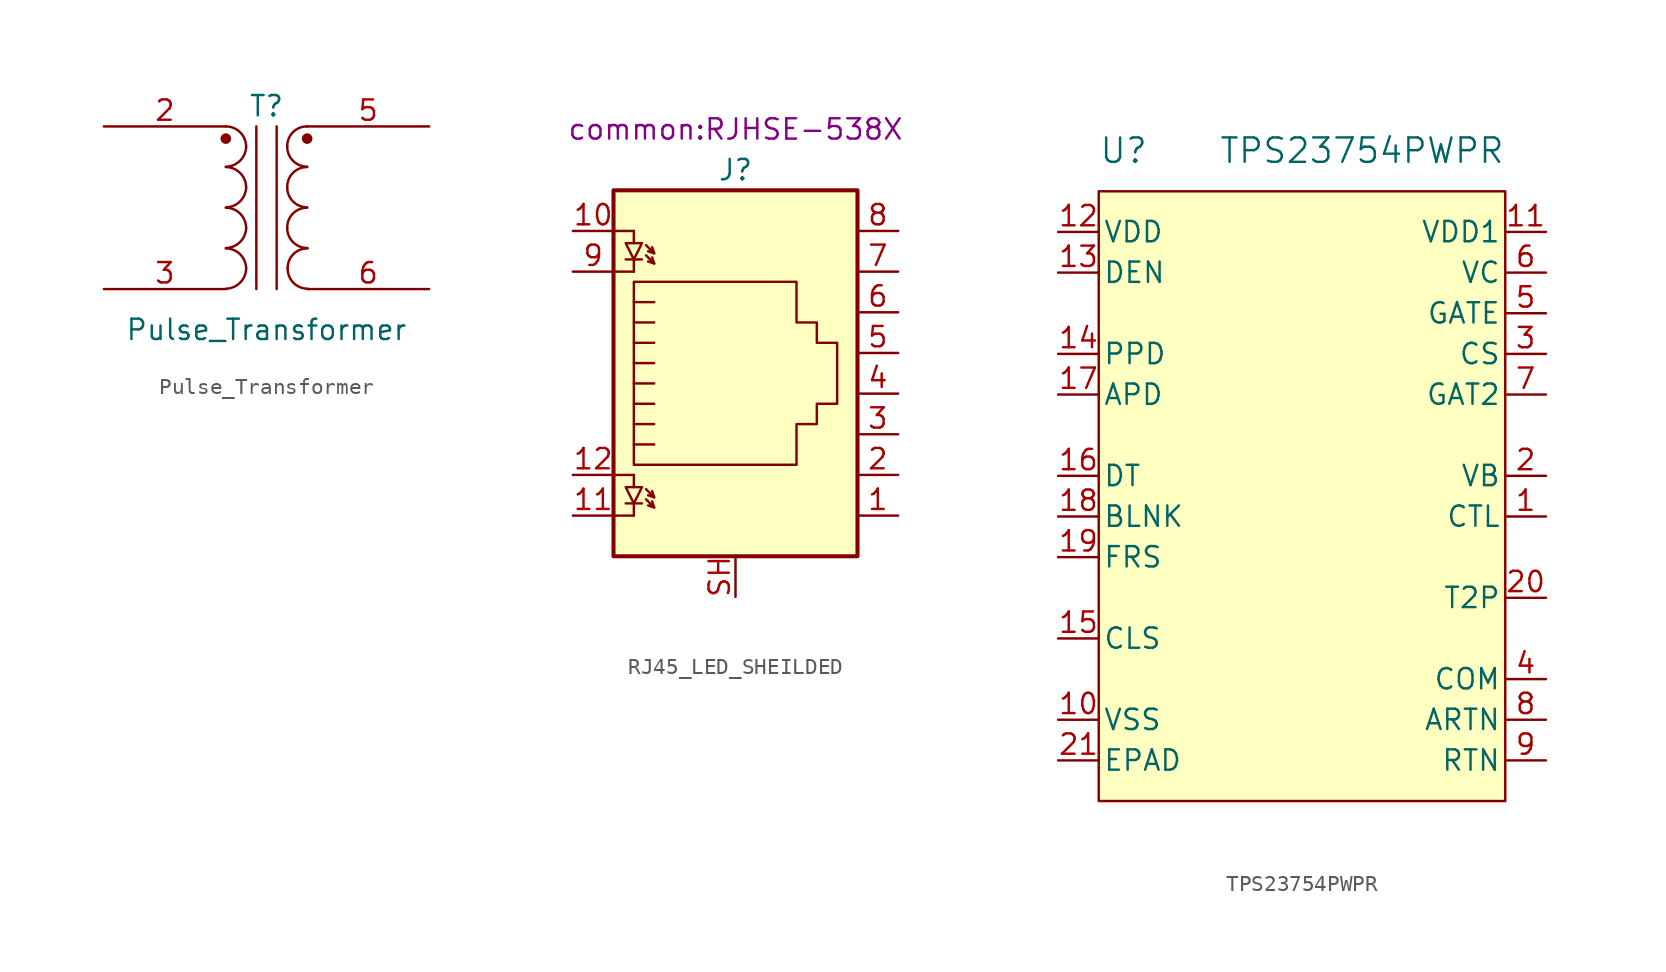
<source format=kicad_sym>
(kicad_symbol_lib
  (version 20211014)
  (generator kicad_symbol_editor)
  (symbol "Pulse_Transformer"
    (pin_names
      (offset 1.016) hide)
    (property "Reference" "T"
      (at 0 6.35 0)
      (effects (font (size 1.27 1.27))))
    (property "Value" "Pulse_Transformer"
      (at 0 -7.62 0)
      (effects (font (size 1.27 1.27))))
    (symbol "Pulse_Transformer_0_1"
      (arc (start -2.54 -5.0546) (mid -1.6599 -4.6901) (end -1.27 -3.81) (stroke (width 0) (type default) (color 0 0 0 0)) (fill (type none)))
      (arc (start -2.54 -2.5146) (mid -1.6599 -2.1501) (end -1.27 -1.27) (stroke (width 0) (type default) (color 0 0 0 0)) (fill (type none)))
      (arc (start -2.54 0.0254) (mid -1.6599 0.3899) (end -1.27 1.27) (stroke (width 0) (type default) (color 0 0 0 0)) (fill (type none)))
      (arc (start -2.54 2.5654) (mid -1.6599 2.9299) (end -1.27 3.81) (stroke (width 0) (type default) (color 0 0 0 0)) (fill (type none)))
      (circle (center -2.54 4.318) (radius 0.254) (stroke (width 0) (type default) (color 0 0 0 0)) (fill (type outline)))
      (arc (start -1.27 -3.81) (mid -1.642 -2.912) (end -2.54 -2.54) (stroke (width 0) (type default) (color 0 0 0 0)) (fill (type none)))
      (arc (start -1.27 -1.27) (mid -1.642 -0.372) (end -2.54 0) (stroke (width 0) (type default) (color 0 0 0 0)) (fill (type none)))
      (arc (start -1.27 1.27) (mid -1.642 2.168) (end -2.54 2.54) (stroke (width 0) (type default) (color 0 0 0 0)) (fill (type none)))
      (arc (start -1.27 3.81) (mid -1.642 4.708) (end -2.54 5.08) (stroke (width 0) (type default) (color 0 0 0 0)) (fill (type none)))
      (polyline (pts (xy -0.635 5.08) (xy -0.635 -5.08)) (stroke (width 0) (type default) (color 0 0 0 0)) (fill (type none)))
      (polyline (pts (xy 0.635 -5.08) (xy 0.635 5.08)) (stroke (width 0) (type default) (color 0 0 0 0)) (fill (type none)))
      (arc (start 1.2954 -1.27) (mid 1.6599 -2.1501) (end 2.54 -2.5146) (stroke (width 0) (type default) (color 0 0 0 0)) (fill (type none)))
      (arc (start 1.2954 1.27) (mid 1.6599 0.3899) (end 2.54 0.0254) (stroke (width 0) (type default) (color 0 0 0 0)) (fill (type none)))
      (arc (start 1.2954 3.81) (mid 1.6599 2.9299) (end 2.54 2.5654) (stroke (width 0) (type default) (color 0 0 0 0)) (fill (type none)))
      (arc (start 1.3208 -3.81) (mid 1.6853 -4.6901) (end 2.5654 -5.0546) (stroke (width 0) (type default) (color 0 0 0 0)) (fill (type none)))
      (arc (start 2.54 0) (mid 1.642 -0.372) (end 1.2954 -1.27) (stroke (width 0) (type default) (color 0 0 0 0)) (fill (type none)))
      (arc (start 2.54 2.54) (mid 1.642 2.168) (end 1.2954 1.27) (stroke (width 0) (type default) (color 0 0 0 0)) (fill (type none)))
      (circle (center 2.54 4.318) (radius 0.254) (stroke (width 0) (type default) (color 0 0 0 0)) (fill (type outline)))
      (arc (start 2.54 5.08) (mid 1.642 4.708) (end 1.2954 3.81) (stroke (width 0) (type default) (color 0 0 0 0)) (fill (type none)))
      (arc (start 2.5654 -2.54) (mid 1.6674 -2.912) (end 1.3208 -3.81) (stroke (width 0) (type default) (color 0 0 0 0)) (fill (type none))))
    (symbol "Pulse_Transformer_1_1"
      (pin passive line (at -10.16 5.08 0) (length 7.62) (name "AA" (effects (font (size 1.27 1.27)))) (number "2" (effects (font (size 1.27 1.27)))))
      (pin passive line (at -10.16 -5.08 0) (length 7.62) (name "AB" (effects (font (size 1.27 1.27)))) (number "3" (effects (font (size 1.27 1.27)))))
      (pin passive line (at 10.16 5.08 180) (length 7.62) (name "SB" (effects (font (size 1.27 1.27)))) (number "5" (effects (font (size 1.27 1.27)))))
      (pin passive line (at 10.16 -5.08 180) (length 7.62) (name "SA" (effects (font (size 1.27 1.27)))) (number "6" (effects (font (size 1.27 1.27)))))))
  (symbol "RJ45_LED_SHEILDED"
    (pin_names
      (offset 1.016))
    (property "Reference" "J"
      (at 0 11.43 0)
      (effects (font (size 1.27 1.27))))
    (property "Footprint" "common:RJHSE-538X"
      (at 0 13.97 0)
      (effects (font (size 1.27 1.27))))
    (symbol "RJ45_LED_SHEILDED_1_1"
      (polyline (pts (xy -7.62 -10.16) (xy -6.35 -10.16)) (stroke (width 0) (type default) (color 0 0 0 0)) (fill (type none)))
      (polyline (pts (xy -7.62 -7.62) (xy -6.35 -7.62)) (stroke (width 0) (type default) (color 0 0 0 0)) (fill (type none)))
      (polyline (pts (xy -7.62 5.08) (xy -6.35 5.08)) (stroke (width 0) (type default) (color 0 0 0 0)) (fill (type none)))
      (polyline (pts (xy -7.62 7.62) (xy -6.35 7.62)) (stroke (width 0) (type default) (color 0 0 0 0)) (fill (type none)))
      (polyline (pts (xy -6.858 -9.398) (xy -5.842 -9.398)) (stroke (width 0) (type default) (color 0 0 0 0)) (fill (type none)))
      (polyline (pts (xy -6.858 5.842) (xy -5.842 5.842)) (stroke (width 0) (type default) (color 0 0 0 0)) (fill (type none)))
      (polyline (pts (xy -6.35 -10.16) (xy -6.35 -9.398)) (stroke (width 0) (type default) (color 0 0 0 0)) (fill (type none)))
      (polyline (pts (xy -6.35 -7.62) (xy -6.35 -8.382)) (stroke (width 0) (type default) (color 0 0 0 0)) (fill (type none)))
      (polyline (pts (xy -6.35 5.08) (xy -6.35 5.842)) (stroke (width 0) (type default) (color 0 0 0 0)) (fill (type none)))
      (polyline (pts (xy -6.35 7.62) (xy -6.35 6.858)) (stroke (width 0) (type default) (color 0 0 0 0)) (fill (type none)))
      (polyline (pts (xy -5.08 -9.652) (xy -5.207 -9.271)) (stroke (width 0) (type default) (color 0 0 0 0)) (fill (type none)))
      (polyline (pts (xy -5.08 -9.017) (xy -5.207 -8.636)) (stroke (width 0) (type default) (color 0 0 0 0)) (fill (type none)))
      (polyline (pts (xy -5.08 1.905) (xy -6.35 1.905)) (stroke (width 0) (type default) (color 0 0 0 0)) (fill (type none)))
      (polyline (pts (xy -5.08 3.175) (xy -6.35 3.175)) (stroke (width 0) (type default) (color 0 0 0 0)) (fill (type none)))
      (polyline (pts (xy -5.08 5.588) (xy -5.207 5.969)) (stroke (width 0) (type default) (color 0 0 0 0)) (fill (type none)))
      (polyline (pts (xy -5.08 6.223) (xy -5.207 6.604)) (stroke (width 0) (type default) (color 0 0 0 0)) (fill (type none)))
      (polyline (pts (xy -6.35 -5.715) (xy -5.08 -5.715) (xy -5.08 -5.715)) (stroke (width 0) (type default) (color 0 0 0 0)) (fill (type none)))
      (polyline (pts (xy -6.35 -4.445) (xy -5.08 -4.445) (xy -5.08 -4.445)) (stroke (width 0) (type default) (color 0 0 0 0)) (fill (type none)))
      (polyline (pts (xy -6.35 -3.175) (xy -5.08 -3.175) (xy -5.08 -3.175)) (stroke (width 0) (type default) (color 0 0 0 0)) (fill (type none)))
      (polyline (pts (xy -6.35 -1.905) (xy -5.08 -1.905) (xy -5.08 -1.905)) (stroke (width 0) (type default) (color 0 0 0 0)) (fill (type none)))
      (polyline (pts (xy -6.35 -0.635) (xy -5.08 -0.635) (xy -5.08 -0.635)) (stroke (width 0) (type default) (color 0 0 0 0)) (fill (type none)))
      (polyline (pts (xy -5.588 -9.144) (xy -5.08 -9.652) (xy -5.461 -9.525)) (stroke (width 0) (type default) (color 0 0 0 0)) (fill (type none)))
      (polyline (pts (xy -5.588 -8.509) (xy -5.08 -9.017) (xy -5.461 -8.89)) (stroke (width 0) (type default) (color 0 0 0 0)) (fill (type none)))
      (polyline (pts (xy -5.588 6.096) (xy -5.08 5.588) (xy -5.461 5.715)) (stroke (width 0) (type default) (color 0 0 0 0)) (fill (type none)))
      (polyline (pts (xy -5.588 6.731) (xy -5.08 6.223) (xy -5.461 6.35)) (stroke (width 0) (type default) (color 0 0 0 0)) (fill (type none)))
      (polyline (pts (xy -5.08 0.635) (xy -6.35 0.635) (xy -6.35 0.635)) (stroke (width 0) (type default) (color 0 0 0 0)) (fill (type none)))
      (polyline (pts (xy -6.35 -9.398) (xy -6.858 -8.382) (xy -5.842 -8.382) (xy -6.35 -9.398)) (stroke (width 0) (type default) (color 0 0 0 0)) (fill (type none)))
      (polyline (pts (xy -6.35 5.842) (xy -6.858 6.858) (xy -5.842 6.858) (xy -6.35 5.842)) (stroke (width 0) (type default) (color 0 0 0 0)) (fill (type none)))
      (polyline (pts (xy -6.35 -6.985) (xy -6.35 4.445) (xy 3.81 4.445) (xy 3.81 1.905) (xy 5.08 1.905) (xy 5.08 0.635) (xy 6.35 0.635) (xy 6.35 -3.175) (xy 5.08 -3.175) (xy 5.08 -4.445) (xy 3.81 -4.445) (xy 3.81 -6.985) (xy -6.35 -6.985) (xy -6.35 -6.985)) (stroke (width 0) (type default) (color 0 0 0 0)) (fill (type none)))
      (rectangle (start 7.62 10.16) (end -7.62 -12.7) (stroke (width 0.254) (type default) (color 0 0 0 0)) (fill (type background)))
      (pin passive line (at 10.16 -10.16 180) (length 2.54) (name "~" (effects (font (size 1.27 1.27)))) (number "1" (effects (font (size 1.27 1.27)))))
      (pin passive line (at -10.16 7.62 0) (length 2.54) (name "~" (effects (font (size 1.27 1.27)))) (number "10" (effects (font (size 1.27 1.27)))))
      (pin passive line (at -10.16 -10.16 0) (length 2.54) (name "~" (effects (font (size 1.27 1.27)))) (number "11" (effects (font (size 1.27 1.27)))))
      (pin passive line (at -10.16 -7.62 0) (length 2.54) (name "~" (effects (font (size 1.27 1.27)))) (number "12" (effects (font (size 1.27 1.27)))))
      (pin passive line (at 10.16 -7.62 180) (length 2.54) (name "~" (effects (font (size 1.27 1.27)))) (number "2" (effects (font (size 1.27 1.27)))))
      (pin passive line (at 10.16 -5.08 180) (length 2.54) (name "~" (effects (font (size 1.27 1.27)))) (number "3" (effects (font (size 1.27 1.27)))))
      (pin passive line (at 10.16 -2.54 180) (length 2.54) (name "~" (effects (font (size 1.27 1.27)))) (number "4" (effects (font (size 1.27 1.27)))))
      (pin passive line (at 10.16 0 180) (length 2.54) (name "~" (effects (font (size 1.27 1.27)))) (number "5" (effects (font (size 1.27 1.27)))))
      (pin passive line (at 10.16 2.54 180) (length 2.54) (name "~" (effects (font (size 1.27 1.27)))) (number "6" (effects (font (size 1.27 1.27)))))
      (pin passive line (at 10.16 5.08 180) (length 2.54) (name "~" (effects (font (size 1.27 1.27)))) (number "7" (effects (font (size 1.27 1.27)))))
      (pin passive line (at 10.16 7.62 180) (length 2.54) (name "~" (effects (font (size 1.27 1.27)))) (number "8" (effects (font (size 1.27 1.27)))))
      (pin passive line (at -10.16 5.08 0) (length 2.54) (name "~" (effects (font (size 1.27 1.27)))) (number "9" (effects (font (size 1.27 1.27)))))
      (pin passive line (at 0 -15.24 90) (length 2.54) (name "~" (effects (font (size 1.27 1.27)))) (number "SH" (effects (font (size 1.27 1.27)))))))
  (symbol "TPS23754PWPR"
    (pin_names
      (offset 0.254))
    (property "Reference" "U"
      (at -12.7 15.24 0)
      (effects (font (size 1.524 1.524)) (justify left)))
    (property "Value" "TPS23754PWPR"
      (at 12.7 15.24 0)
      (effects (font (size 1.524 1.524)) (justify right)))
    (property "Datasheet" ""
      (at 15.24 -7.62 0)
      (effects (font (size 1.524 1.524))))
    (symbol "TPS23754PWPR_1_0"
      (rectangle (start 12.7 -25.4) (end -12.7 12.7) (stroke (width 0) (type default) (color 0 0 0 0)) (fill (type background)))
      (pin input line (at 15.24 -7.62 180) (length 2.54) (name "CTL" (effects (font (size 1.27 1.27)))) (number "1" (effects (font (size 1.27 1.27)))))
      (pin power_in line (at -15.24 -20.32 0) (length 2.54) (name "VSS" (effects (font (size 1.27 1.27)))) (number "10" (effects (font (size 1.27 1.27)))))
      (pin input line (at 15.24 10.16 180) (length 2.54) (name "VDD1" (effects (font (size 1.27 1.27)))) (number "11" (effects (font (size 1.27 1.27)))))
      (pin input line (at -15.24 10.16 0) (length 2.54) (name "VDD" (effects (font (size 1.27 1.27)))) (number "12" (effects (font (size 1.27 1.27)))))
      (pin bidirectional line (at -15.24 7.62 0) (length 2.54) (name "DEN" (effects (font (size 1.27 1.27)))) (number "13" (effects (font (size 1.27 1.27)))))
      (pin input line (at -15.24 2.54 0) (length 2.54) (name "PPD" (effects (font (size 1.27 1.27)))) (number "14" (effects (font (size 1.27 1.27)))))
      (pin input line (at -15.24 -15.24 0) (length 2.54) (name "CLS" (effects (font (size 1.27 1.27)))) (number "15" (effects (font (size 1.27 1.27)))))
      (pin input line (at -15.24 -5.08 0) (length 2.54) (name "DT" (effects (font (size 1.27 1.27)))) (number "16" (effects (font (size 1.27 1.27)))))
      (pin input line (at -15.24 0 0) (length 2.54) (name "APD" (effects (font (size 1.27 1.27)))) (number "17" (effects (font (size 1.27 1.27)))))
      (pin input line (at -15.24 -7.62 0) (length 2.54) (name "BLNK" (effects (font (size 1.27 1.27)))) (number "18" (effects (font (size 1.27 1.27)))))
      (pin input line (at -15.24 -10.16 0) (length 2.54) (name "FRS" (effects (font (size 1.27 1.27)))) (number "19" (effects (font (size 1.27 1.27)))))
      (pin output line (at 15.24 -5.08 180) (length 2.54) (name "VB" (effects (font (size 1.27 1.27)))) (number "2" (effects (font (size 1.27 1.27)))))
      (pin output line (at 15.24 -12.7 180) (length 2.54) (name "T2P" (effects (font (size 1.27 1.27)))) (number "20" (effects (font (size 1.27 1.27)))))
      (pin power_in line (at -15.24 -22.86 0) (length 2.54) (name "EPAD" (effects (font (size 1.27 1.27)))) (number "21" (effects (font (size 1.27 1.27)))))
      (pin bidirectional line (at 15.24 2.54 180) (length 2.54) (name "CS" (effects (font (size 1.27 1.27)))) (number "3" (effects (font (size 1.27 1.27)))))
      (pin passive line (at 15.24 -17.78 180) (length 2.54) (name "COM" (effects (font (size 1.27 1.27)))) (number "4" (effects (font (size 1.27 1.27)))))
      (pin output line (at 15.24 5.08 180) (length 2.54) (name "GATE" (effects (font (size 1.27 1.27)))) (number "5" (effects (font (size 1.27 1.27)))))
      (pin bidirectional line (at 15.24 7.62 180) (length 2.54) (name "VC" (effects (font (size 1.27 1.27)))) (number "6" (effects (font (size 1.27 1.27)))))
      (pin output line (at 15.24 0 180) (length 2.54) (name "GAT2" (effects (font (size 1.27 1.27)))) (number "7" (effects (font (size 1.27 1.27)))))
      (pin passive line (at 15.24 -20.32 180) (length 2.54) (name "ARTN" (effects (font (size 1.27 1.27)))) (number "8" (effects (font (size 1.27 1.27)))))
      (pin passive line (at 15.24 -22.86 180) (length 2.54) (name "RTN" (effects (font (size 1.27 1.27)))) (number "9" (effects (font (size 1.27 1.27))))))))
</source>
